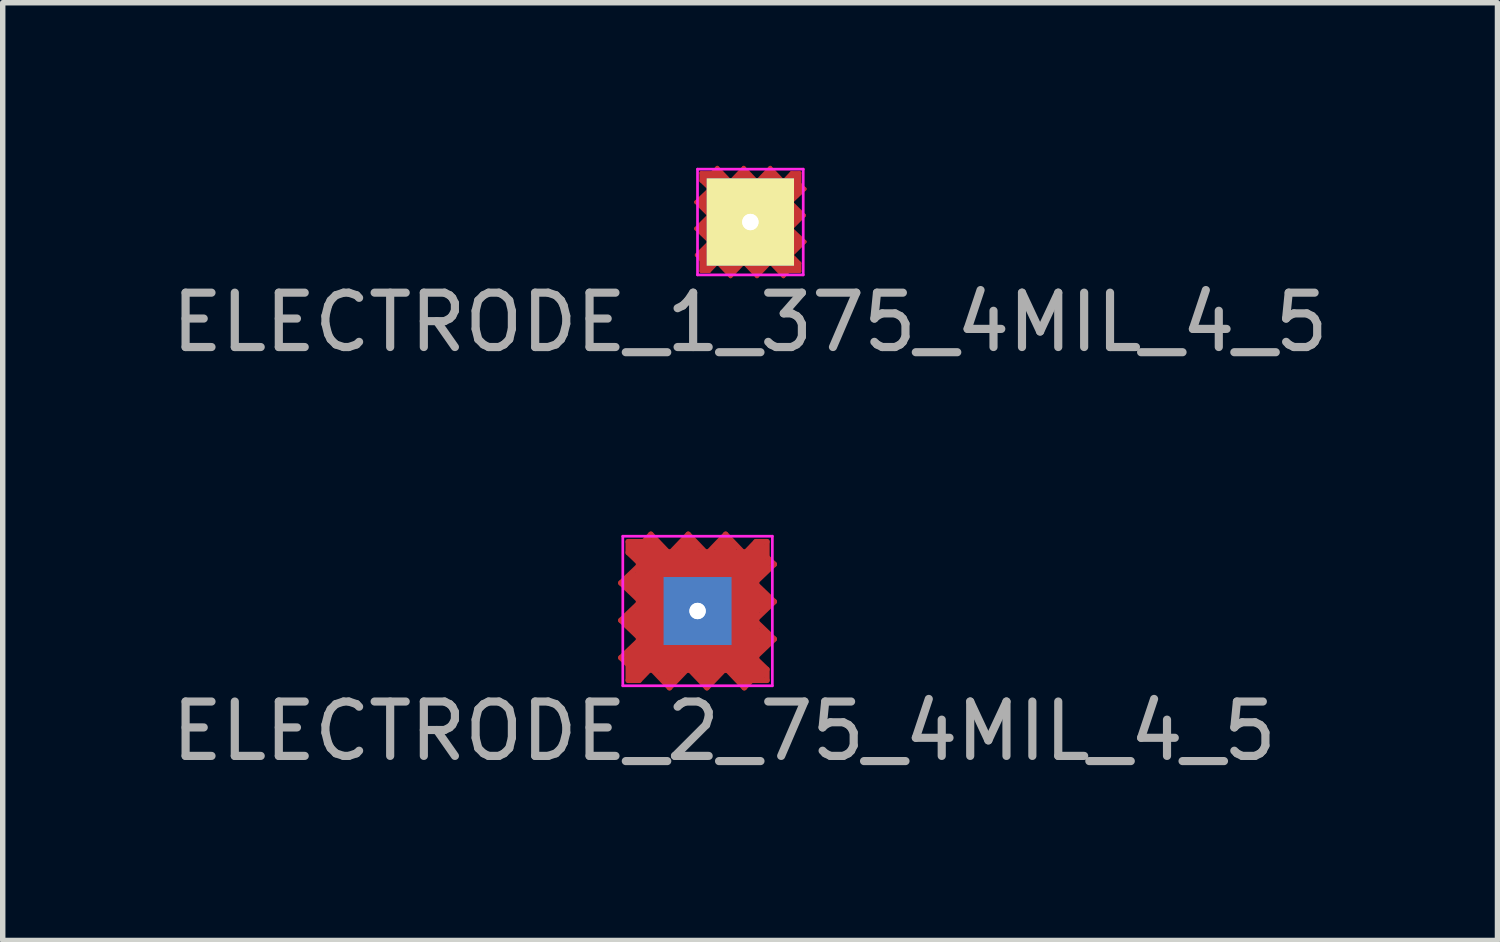
<source format=kicad_pcb>
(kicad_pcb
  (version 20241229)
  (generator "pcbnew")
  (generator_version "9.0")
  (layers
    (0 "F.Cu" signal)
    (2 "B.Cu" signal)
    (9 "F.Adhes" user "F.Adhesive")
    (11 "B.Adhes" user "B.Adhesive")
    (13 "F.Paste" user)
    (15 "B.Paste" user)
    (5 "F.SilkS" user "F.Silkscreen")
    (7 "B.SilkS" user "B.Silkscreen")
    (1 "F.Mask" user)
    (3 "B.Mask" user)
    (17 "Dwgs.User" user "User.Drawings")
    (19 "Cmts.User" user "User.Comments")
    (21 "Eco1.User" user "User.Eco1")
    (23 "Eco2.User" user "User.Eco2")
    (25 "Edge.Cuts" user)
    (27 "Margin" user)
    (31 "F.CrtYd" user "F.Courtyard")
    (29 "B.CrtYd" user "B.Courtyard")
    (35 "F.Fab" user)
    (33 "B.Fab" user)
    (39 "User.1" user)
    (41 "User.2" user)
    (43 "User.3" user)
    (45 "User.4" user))
  (footprint "ELECTRODE_1_375_4MIL_4_5"
    (layer "F.Cu")
    (at 10.749 1.033)
    (property "Reference" "ELECTRODE_1_375_4MIL_4_5" (at -0.005 1.844 0) (layer "F.Fab") (effects (font (size 1 1) (thickness 0.15))))
    (attr through_hole)
    (fp_line (start -0.998 -0.365) (end -0.755 -0.122) (stroke (width 0.071) (type solid)) (layer "F.Cu"))
    (fp_line (start -0.998 0.121) (end -0.743 0.364) (stroke (width 0.071) (type solid)) (layer "F.Cu"))
    (fp_line (start -0.902 -0.759) (end -0.743 -0.607) (stroke (width 0.071) (type solid)) (layer "F.Cu"))
    (fp_line (start -0.902 -0.902) (end -0.902 -0.759) (stroke (width 0.071) (type solid)) (layer "F.Cu"))
    (fp_line (start -0.902 -0.902) (end -0.699 -0.902) (stroke (width 0.071) (type solid)) (layer "F.Cu"))
    (fp_line (start -0.902 0.698) (end -0.986 0.607) (stroke (width 0.071) (type solid)) (layer "F.Cu"))
    (fp_line (start -0.902 0.902) (end -0.902 0.699) (stroke (width 0.071) (type solid)) (layer "F.Cu"))
    (fp_line (start -0.902 0.902) (end -0.759 0.902) (stroke (width 0.071) (type solid)) (layer "F.Cu"))
    (fp_line (start -0.856 -0.851) (end -0.742 -0.851) (stroke (width 0.12) (type solid)) (layer "F.Cu"))
    (fp_line (start -0.843 0.734) (end -0.843 0.831) (stroke (width 0.12) (type solid)) (layer "F.Cu"))
    (fp_line (start -0.843 0.831) (end -0.754 0.831) (stroke (width 0.12) (type solid)) (layer "F.Cu"))
    (fp_line (start -0.841 -0.262) (end -0.912 -0.376) (stroke (width 0.12) (type solid)) (layer "F.Cu"))
    (fp_line (start -0.838 -0.455) (end -0.841 -0.262) (stroke (width 0.12) (type solid)) (layer "F.Cu"))
    (fp_line (start -0.838 0.211) (end -0.909 0.107) (stroke (width 0.12) (type solid)) (layer "F.Cu"))
    (fp_line (start -0.838 0.511) (end -0.836 0.699) (stroke (width 0.12) (type solid)) (layer "F.Cu"))
    (fp_line (start -0.836 0.699) (end -0.907 0.597) (stroke (width 0.12) (type solid)) (layer "F.Cu"))
    (fp_line (start -0.833 0.008) (end -0.838 0.211) (stroke (width 0.12) (type solid)) (layer "F.Cu"))
    (fp_line (start -0.831 -0.843) (end -0.836 -0.757) (stroke (width 0.12) (type solid)) (layer "F.Cu"))
    (fp_line (start -0.755 -0.122) (end -0.998 0.121) (stroke (width 0.071) (type solid)) (layer "F.Cu"))
    (fp_line (start -0.743 -0.607) (end -0.998 -0.365) (stroke (width 0.071) (type solid)) (layer "F.Cu"))
    (fp_line (start -0.743 0.364) (end -0.986 0.607) (stroke (width 0.071) (type solid)) (layer "F.Cu"))
    (fp_line (start -0.706 -0.846) (end -0.599 -0.917) (stroke (width 0.12) (type solid)) (layer "F.Cu"))
    (fp_line (start -0.608 -0.998) (end -0.699 -0.902) (stroke (width 0.071) (type solid)) (layer "F.Cu"))
    (fp_line (start -0.607 0.743) (end -0.759 0.902) (stroke (width 0.071) (type solid)) (layer "F.Cu"))
    (fp_line (start -0.511 -0.846) (end -0.706 -0.846) (stroke (width 0.12) (type solid)) (layer "F.Cu"))
    (fp_line (start -0.465 0.836) (end -0.262 0.836) (stroke (width 0.12) (type solid)) (layer "F.Cu"))
    (fp_line (start -0.365 -0.743) (end -0.608 -0.998) (stroke (width 0.071) (type solid)) (layer "F.Cu"))
    (fp_line (start -0.364 0.998) (end -0.607 0.743) (stroke (width 0.071) (type solid)) (layer "F.Cu"))
    (fp_line (start -0.262 0.836) (end -0.376 0.904) (stroke (width 0.12) (type solid)) (layer "F.Cu"))
    (fp_line (start -0.216 -0.846) (end -0.114 -0.907) (stroke (width 0.12) (type solid)) (layer "F.Cu"))
    (fp_line (start -0.122 -0.998) (end -0.365 -0.743) (stroke (width 0.071) (type solid)) (layer "F.Cu"))
    (fp_line (start -0.121 0.743) (end -0.364 0.998) (stroke (width 0.071) (type solid)) (layer "F.Cu"))
    (fp_line (start -0.023 -0.846) (end -0.216 -0.846) (stroke (width 0.12) (type solid)) (layer "F.Cu"))
    (fp_line (start 0.033 0.841) (end 0.221 0.841) (stroke (width 0.12) (type solid)) (layer "F.Cu"))
    (fp_line (start 0.121 -0.743) (end -0.122 -0.998) (stroke (width 0.071) (type solid)) (layer "F.Cu"))
    (fp_line (start 0.122 0.998) (end -0.121 0.743) (stroke (width 0.071) (type solid)) (layer "F.Cu"))
    (fp_line (start 0.221 0.841) (end 0.112 0.917) (stroke (width 0.12) (type solid)) (layer "F.Cu"))
    (fp_line (start 0.259 -0.833) (end 0.376 -0.899) (stroke (width 0.12) (type solid)) (layer "F.Cu"))
    (fp_line (start 0.365 -0.998) (end 0.121 -0.743) (stroke (width 0.071) (type solid)) (layer "F.Cu"))
    (fp_line (start 0.365 0.743) (end 0.122 0.998) (stroke (width 0.071) (type solid)) (layer "F.Cu"))
    (fp_line (start 0.47 -0.831) (end 0.259 -0.833) (stroke (width 0.12) (type solid)) (layer "F.Cu"))
    (fp_line (start 0.511 0.843) (end 0.704 0.843) (stroke (width 0.12) (type solid)) (layer "F.Cu"))
    (fp_line (start 0.607 -0.743) (end 0.365 -0.998) (stroke (width 0.071) (type solid)) (layer "F.Cu"))
    (fp_line (start 0.608 0.998) (end 0.365 0.743) (stroke (width 0.071) (type solid)) (layer "F.Cu"))
    (fp_line (start 0.608 0.998) (end 0.699 0.902) (stroke (width 0.071) (type solid)) (layer "F.Cu"))
    (fp_line (start 0.704 0.843) (end 0.597 0.907) (stroke (width 0.12) (type solid)) (layer "F.Cu"))
    (fp_line (start 0.732 0.831) (end 0.841 0.831) (stroke (width 0.12) (type solid)) (layer "F.Cu"))
    (fp_line (start 0.743 -0.365) (end 0.986 -0.122) (stroke (width 0.071) (type solid)) (layer "F.Cu"))
    (fp_line (start 0.743 0.121) (end 0.998 0.363) (stroke (width 0.071) (type solid)) (layer "F.Cu"))
    (fp_line (start 0.759 -0.902) (end 0.607 -0.743) (stroke (width 0.071) (type solid)) (layer "F.Cu"))
    (fp_line (start 0.82 -0.221) (end 0.82 -0.033) (stroke (width 0.12) (type solid)) (layer "F.Cu"))
    (fp_line (start 0.82 -0.033) (end 0.889 -0.14) (stroke (width 0.12) (type solid)) (layer "F.Cu"))
    (fp_line (start 0.831 0.277) (end 0.836 0.47) (stroke (width 0.12) (type solid)) (layer "F.Cu"))
    (fp_line (start 0.836 0.47) (end 0.909 0.335) (stroke (width 0.12) (type solid)) (layer "F.Cu"))
    (fp_line (start 0.838 -0.833) (end 0.838 -0.711) (stroke (width 0.12) (type solid)) (layer "F.Cu"))
    (fp_line (start 0.841 -0.696) (end 0.843 -0.516) (stroke (width 0.12) (type solid)) (layer "F.Cu"))
    (fp_line (start 0.841 0.831) (end 0.841 0.744) (stroke (width 0.12) (type solid)) (layer "F.Cu"))
    (fp_line (start 0.843 -0.516) (end 0.917 -0.625) (stroke (width 0.12) (type solid)) (layer "F.Cu"))
    (fp_line (start 0.861 -0.838) (end 0.754 -0.838) (stroke (width 0.12) (type solid)) (layer "F.Cu"))
    (fp_line (start 0.902 -0.902) (end 0.759 -0.902) (stroke (width 0.071) (type solid)) (layer "F.Cu"))
    (fp_line (start 0.902 -0.902) (end 0.902 -0.699) (stroke (width 0.071) (type solid)) (layer "F.Cu"))
    (fp_line (start 0.902 0.759) (end 0.755 0.606) (stroke (width 0.071) (type solid)) (layer "F.Cu"))
    (fp_line (start 0.902 0.902) (end 0.699 0.902) (stroke (width 0.071) (type solid)) (layer "F.Cu"))
    (fp_line (start 0.902 0.902) (end 0.902 0.759) (stroke (width 0.071) (type solid)) (layer "F.Cu"))
    (fp_line (start 0.986 -0.122) (end 0.743 0.121) (stroke (width 0.071) (type solid)) (layer "F.Cu"))
    (fp_line (start 0.998 -0.608) (end 0.743 -0.365) (stroke (width 0.071) (type solid)) (layer "F.Cu"))
    (fp_line (start 0.998 -0.608) (end 0.902 -0.699) (stroke (width 0.071) (type solid)) (layer "F.Cu"))
    (fp_line (start 0.998 0.363) (end 0.755 0.606) (stroke (width 0.071) (type solid)) (layer "F.Cu"))
    (fp_line (start -0.972 -0.972) (end -0.972 0.972) (stroke (width 0.05) (type solid)) (layer "F.CrtYd"))
    (fp_line (start -0.972 -0.972) (end 0.972 -0.972) (stroke (width 0.05) (type solid)) (layer "F.CrtYd"))
    (fp_line (start -0.972 0.972) (end 0.972 0.972) (stroke (width 0.05) (type solid)) (layer "F.CrtYd"))
    (fp_line (start 0.972 -0.972) (end 0.972 0.972) (stroke (width 0.05) (type solid)) (layer "F.CrtYd"))
    (pad "1" thru_hole circle (at 0 0) (size 0.605 0.605) (drill 0.3) (layers "*.Cu" "*.Mask" "F.SilkS"))
    (pad "1" thru_hole rect (at 0 0) (size 1.605 1.605) (drill 0.3) (layers "F.Cu" "F.Mask" "F.SilkS")))
  (footprint "ELECTRODE_2_75_4MIL_4_5"
    (layer "F.Cu")
    (at 9.778 8.186)
    (property "Reference" "ELECTRODE_2_75_4MIL_4_5" (at 0.49 2.21 0) (layer "F.Fab") (effects (font (size 1 1) (thickness 0.15))))
    (attr through_hole)
    (fp_line (start -1.411 -0.516) (end -1.051 -0.859) (stroke (width 0.1) (type solid)) (layer "F.Cu"))
    (fp_line (start -1.411 0.172) (end -1.051 -0.172) (stroke (width 0.1) (type solid)) (layer "F.Cu"))
    (fp_line (start -1.411 0.859) (end -1.275 0.989) (stroke (width 0.1) (type solid)) (layer "F.Cu"))
    (fp_line (start -1.411 0.859) (end -1.051 0.516) (stroke (width 0.1) (type solid)) (layer "F.Cu"))
    (fp_line (start -1.3 -0.52) (end -1.17 -0.64) (stroke (width 0.15) (type solid)) (layer "F.Cu"))
    (fp_line (start -1.29 0.17) (end -1.16 0.05) (stroke (width 0.15) (type solid)) (layer "F.Cu"))
    (fp_line (start -1.275 -1.275) (end -1.275 -1.074) (stroke (width 0.1) (type solid)) (layer "F.Cu"))
    (fp_line (start -1.275 -1.074) (end -1.051 -0.859) (stroke (width 0.1) (type solid)) (layer "F.Cu"))
    (fp_line (start -1.275 0.989) (end -1.275 1.275) (stroke (width 0.1) (type solid)) (layer "F.Cu"))
    (fp_line (start -1.275 1.275) (end -1.074 1.275) (stroke (width 0.1) (type solid)) (layer "F.Cu"))
    (fp_line (start -1.18 1.17) (end -1.17 0.72) (stroke (width 0.15) (type solid)) (layer "F.Cu"))
    (fp_line (start -1.17 -1.18) (end -0.72 -1.17) (stroke (width 0.15) (type solid)) (layer "F.Cu"))
    (fp_line (start -1.17 -1.07) (end -1.17 -1.18) (stroke (width 0.15) (type solid)) (layer "F.Cu"))
    (fp_line (start -1.17 -0.64) (end -1.17 -0.39) (stroke (width 0.15) (type solid)) (layer "F.Cu"))
    (fp_line (start -1.17 -0.39) (end -1.3 -0.52) (stroke (width 0.15) (type solid)) (layer "F.Cu"))
    (fp_line (start -1.17 0.72) (end -1.27 0.88) (stroke (width 0.15) (type solid)) (layer "F.Cu"))
    (fp_line (start -1.16 0.05) (end -1.16 0.3) (stroke (width 0.15) (type solid)) (layer "F.Cu"))
    (fp_line (start -1.16 0.3) (end -1.29 0.17) (stroke (width 0.15) (type solid)) (layer "F.Cu"))
    (fp_line (start -1.074 1.275) (end -0.859 1.051) (stroke (width 0.1) (type solid)) (layer "F.Cu"))
    (fp_line (start -1.07 1.17) (end -1.18 1.17) (stroke (width 0.15) (type solid)) (layer "F.Cu"))
    (fp_line (start -1.051 -0.172) (end -1.411 -0.516) (stroke (width 0.1) (type solid)) (layer "F.Cu"))
    (fp_line (start -1.051 0.516) (end -1.411 0.172) (stroke (width 0.1) (type solid)) (layer "F.Cu"))
    (fp_line (start -1.05 0.985) (end 1.016 0.991) (stroke (width 0.3) (type solid)) (layer "F.Cu"))
    (fp_line (start -0.995 -0.985) (end 1.02 -0.985) (stroke (width 0.3) (type solid)) (layer "F.Cu"))
    (fp_line (start -0.989 -1.275) (end -1.275 -1.275) (stroke (width 0.1) (type solid)) (layer "F.Cu"))
    (fp_line (start -0.985 0.985) (end -0.985 -1) (stroke (width 0.3) (type solid)) (layer "F.Cu"))
    (fp_line (start -0.859 -1.411) (end -0.516 -1.051) (stroke (width 0.1) (type solid)) (layer "F.Cu"))
    (fp_line (start -0.859 -1.411) (end -0.989 -1.275) (stroke (width 0.1) (type solid)) (layer "F.Cu"))
    (fp_line (start -0.737 -0.737) (end 0.737 -0.737) (stroke (width 0.3) (type solid)) (layer "F.Cu"))
    (fp_line (start -0.737 0.737) (end -0.737 -0.559) (stroke (width 0.3) (type solid)) (layer "F.Cu"))
    (fp_line (start -0.72 -1.17) (end -0.88 -1.27) (stroke (width 0.15) (type solid)) (layer "F.Cu"))
    (fp_line (start -0.64 1.17) (end -0.39 1.17) (stroke (width 0.15) (type solid)) (layer "F.Cu"))
    (fp_line (start -0.52 1.3) (end -0.64 1.17) (stroke (width 0.15) (type solid)) (layer "F.Cu"))
    (fp_line (start -0.516 -1.051) (end -0.172 -1.411) (stroke (width 0.1) (type solid)) (layer "F.Cu"))
    (fp_line (start -0.516 1.411) (end -0.859 1.051) (stroke (width 0.1) (type solid)) (layer "F.Cu"))
    (fp_line (start -0.39 1.17) (end -0.52 1.3) (stroke (width 0.15) (type solid)) (layer "F.Cu"))
    (fp_line (start -0.3 -1.16) (end -0.17 -1.29) (stroke (width 0.15) (type solid)) (layer "F.Cu"))
    (fp_line (start -0.172 -1.411) (end 0.172 -1.051) (stroke (width 0.1) (type solid)) (layer "F.Cu"))
    (fp_line (start -0.172 1.051) (end -0.516 1.411) (stroke (width 0.1) (type solid)) (layer "F.Cu"))
    (fp_line (start -0.17 -1.29) (end -0.05 -1.16) (stroke (width 0.15) (type solid)) (layer "F.Cu"))
    (fp_line (start -0.05 -1.16) (end -0.3 -1.16) (stroke (width 0.15) (type solid)) (layer "F.Cu"))
    (fp_line (start 0.05 1.16) (end 0.3 1.16) (stroke (width 0.15) (type solid)) (layer "F.Cu"))
    (fp_line (start 0.17 1.29) (end 0.05 1.16) (stroke (width 0.15) (type solid)) (layer "F.Cu"))
    (fp_line (start 0.172 -1.051) (end 0.516 -1.411) (stroke (width 0.1) (type solid)) (layer "F.Cu"))
    (fp_line (start 0.172 1.411) (end -0.172 1.051) (stroke (width 0.1) (type solid)) (layer "F.Cu"))
    (fp_line (start 0.3 1.16) (end 0.17 1.29) (stroke (width 0.15) (type solid)) (layer "F.Cu"))
    (fp_line (start 0.39 -1.17) (end 0.52 -1.3) (stroke (width 0.15) (type solid)) (layer "F.Cu"))
    (fp_line (start 0.516 -1.411) (end 0.859 -1.051) (stroke (width 0.1) (type solid)) (layer "F.Cu"))
    (fp_line (start 0.516 1.051) (end 0.172 1.411) (stroke (width 0.1) (type solid)) (layer "F.Cu"))
    (fp_line (start 0.52 -1.3) (end 0.64 -1.17) (stroke (width 0.15) (type solid)) (layer "F.Cu"))
    (fp_line (start 0.64 -1.17) (end 0.39 -1.17) (stroke (width 0.15) (type solid)) (layer "F.Cu"))
    (fp_line (start 0.72 1.17) (end 0.88 1.27) (stroke (width 0.15) (type solid)) (layer "F.Cu"))
    (fp_line (start 0.737 -0.737) (end 0.737 0.762) (stroke (width 0.3) (type solid)) (layer "F.Cu"))
    (fp_line (start 0.737 0.762) (end -0.737 0.737) (stroke (width 0.3) (type solid)) (layer "F.Cu"))
    (fp_line (start 0.859 1.411) (end 0.989 1.275) (stroke (width 0.1) (type solid)) (layer "F.Cu"))
    (fp_line (start 0.859 1.411) (end 0.516 1.051) (stroke (width 0.1) (type solid)) (layer "F.Cu"))
    (fp_line (start 0.985 0.985) (end 0.985 -0.985) (stroke (width 0.3) (type solid)) (layer "F.Cu"))
    (fp_line (start 0.989 1.275) (end 1.275 1.275) (stroke (width 0.1) (type solid)) (layer "F.Cu"))
    (fp_line (start 1.051 -0.516) (end 1.411 -0.172) (stroke (width 0.1) (type solid)) (layer "F.Cu"))
    (fp_line (start 1.051 0.172) (end 1.411 0.516) (stroke (width 0.1) (type solid)) (layer "F.Cu"))
    (fp_line (start 1.07 -1.17) (end 1.18 -1.17) (stroke (width 0.15) (type solid)) (layer "F.Cu"))
    (fp_line (start 1.074 -1.275) (end 0.859 -1.051) (stroke (width 0.1) (type solid)) (layer "F.Cu"))
    (fp_line (start 1.16 -0.3) (end 1.29 -0.17) (stroke (width 0.15) (type solid)) (layer "F.Cu"))
    (fp_line (start 1.16 -0.05) (end 1.16 -0.3) (stroke (width 0.15) (type solid)) (layer "F.Cu"))
    (fp_line (start 1.17 -0.72) (end 1.27 -0.88) (stroke (width 0.15) (type solid)) (layer "F.Cu"))
    (fp_line (start 1.17 0.39) (end 1.3 0.52) (stroke (width 0.15) (type solid)) (layer "F.Cu"))
    (fp_line (start 1.17 0.64) (end 1.17 0.39) (stroke (width 0.15) (type solid)) (layer "F.Cu"))
    (fp_line (start 1.17 1.07) (end 1.17 1.18) (stroke (width 0.15) (type solid)) (layer "F.Cu"))
    (fp_line (start 1.17 1.18) (end 0.72 1.17) (stroke (width 0.15) (type solid)) (layer "F.Cu"))
    (fp_line (start 1.18 -1.17) (end 1.17 -0.72) (stroke (width 0.15) (type solid)) (layer "F.Cu"))
    (fp_line (start 1.275 -1.275) (end 1.074 -1.275) (stroke (width 0.1) (type solid)) (layer "F.Cu"))
    (fp_line (start 1.275 -0.989) (end 1.275 -1.275) (stroke (width 0.1) (type solid)) (layer "F.Cu"))
    (fp_line (start 1.275 1.074) (end 1.051 0.859) (stroke (width 0.1) (type solid)) (layer "F.Cu"))
    (fp_line (start 1.275 1.275) (end 1.275 1.074) (stroke (width 0.1) (type solid)) (layer "F.Cu"))
    (fp_line (start 1.29 -0.17) (end 1.16 -0.05) (stroke (width 0.15) (type solid)) (layer "F.Cu"))
    (fp_line (start 1.3 0.52) (end 1.143 0.66) (stroke (width 0.15) (type solid)) (layer "F.Cu"))
    (fp_line (start 1.411 -0.859) (end 1.051 -0.516) (stroke (width 0.1) (type solid)) (layer "F.Cu"))
    (fp_line (start 1.411 -0.859) (end 1.275 -0.989) (stroke (width 0.1) (type solid)) (layer "F.Cu"))
    (fp_line (start 1.411 -0.172) (end 1.051 0.172) (stroke (width 0.1) (type solid)) (layer "F.Cu"))
    (fp_line (start 1.411 0.516) (end 1.051 0.859) (stroke (width 0.1) (type solid)) (layer "F.Cu"))
    (fp_line (start -1.375 -1.375) (end -1.375 1.375) (stroke (width 0.05) (type solid)) (layer "F.CrtYd"))
    (fp_line (start -1.375 -1.375) (end 1.375 -1.375) (stroke (width 0.05) (type solid)) (layer "F.CrtYd"))
    (fp_line (start -1.375 1.375) (end 1.375 1.375) (stroke (width 0.05) (type solid)) (layer "F.CrtYd"))
    (fp_line (start 1.375 -1.375) (end 1.375 1.375) (stroke (width 0.05) (type solid)) (layer "F.CrtYd"))
    (pad "1" thru_hole circle (at 0 0) (size 0.605 0.605) (drill 0.3) (layers "*.Cu" "*.Mask"))
    (pad "1" thru_hole rect (at 0 0) (size 1.25 1.25) (drill 0.3) (layers "F.Cu" "F.Mask")))
  (gr_rect
    (start -3 -3)
    (end 24.488 14.245)
    (stroke (width 0.1) (type default))
    (fill no)
    (layer "Edge.Cuts")))
</source>
